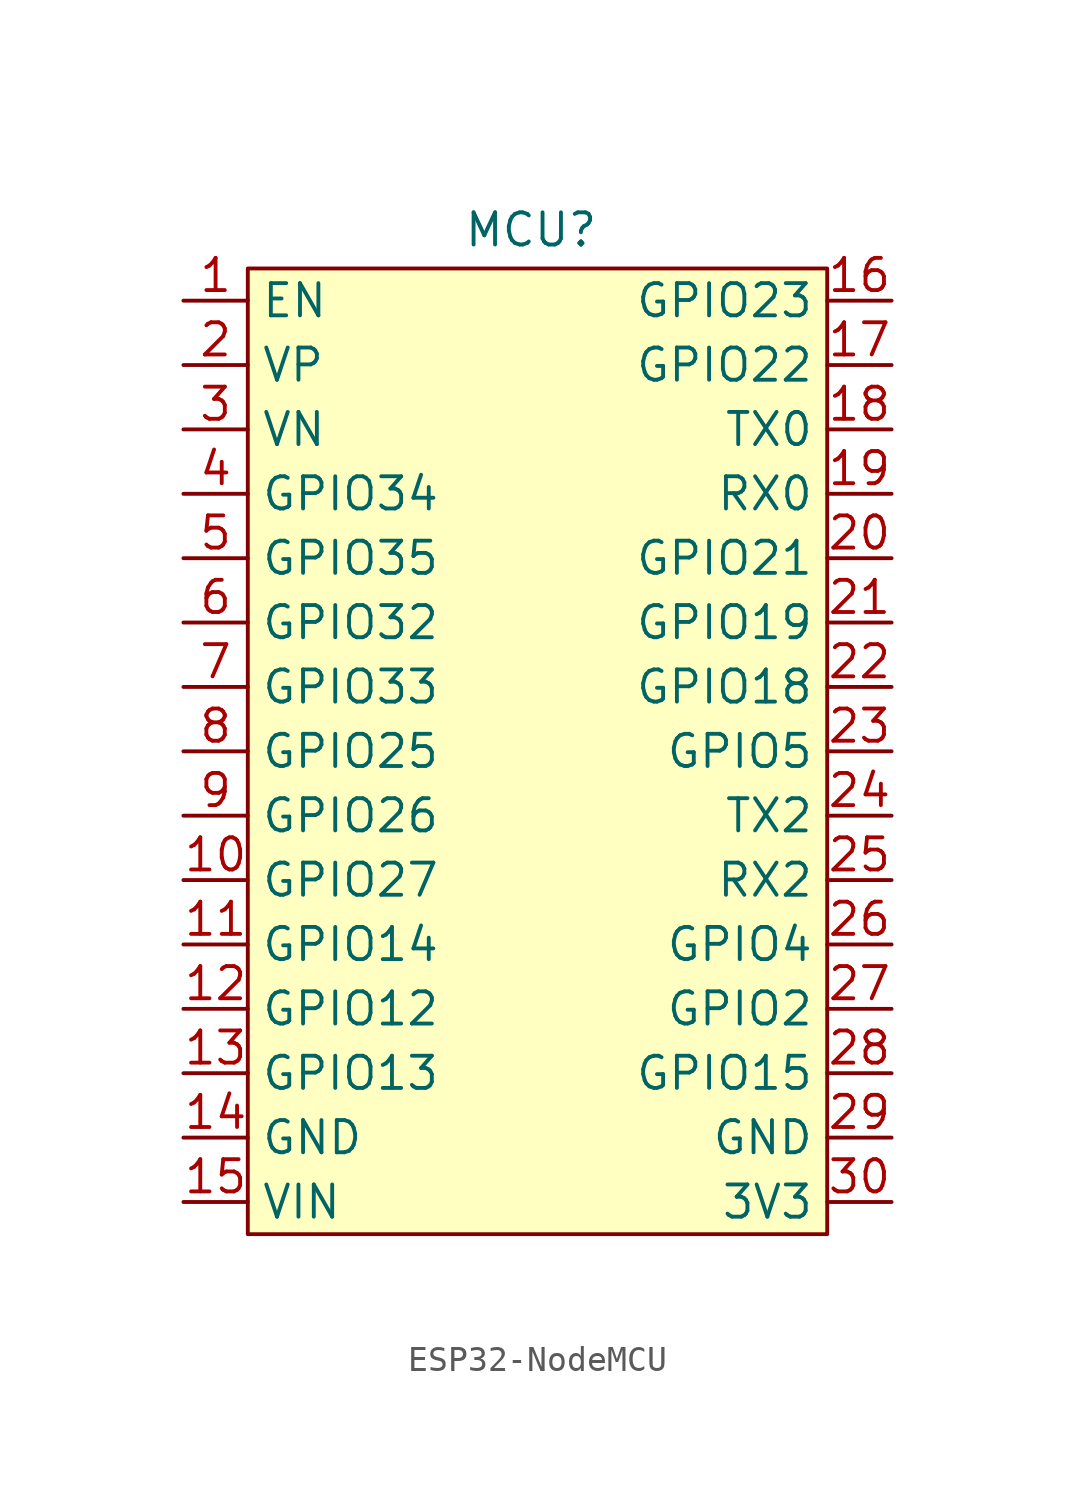
<source format=kicad_sym>
(kicad_symbol_lib
  (version 20231120)
  (generator "kicad_symbol_editor")
  (generator_version "8.0")
  (symbol "ESP32-NodeMCU"
    (property "Reference" "MCU"
      (at -0.254 20.574 0)
      (effects (font (size 1.27 1.27))))
    (property "Value" ""
      (at -1.27 11.43 0)
      (effects (font (size 1.27 1.27))))
    (symbol "ESP32-NodeMCU_0_1"
      (rectangle (start -11.43 19.05) (end 11.43 -19.05) (stroke (width 0) (type default)) (fill (type background))))
    (symbol "ESP32-NodeMCU_1_1"
      (pin bidirectional line (at -13.97 17.78 0) (length 2.54) (name "EN" (effects (font (size 1.27 1.27)))) (number "1" (effects (font (size 1.27 1.27)))))
      (pin bidirectional line (at -13.97 -5.08 0) (length 2.54) (name "GPIO27" (effects (font (size 1.27 1.27)))) (number "10" (effects (font (size 1.27 1.27)))))
      (pin bidirectional line (at -13.97 -7.62 0) (length 2.54) (name "GPIO14" (effects (font (size 1.27 1.27)))) (number "11" (effects (font (size 1.27 1.27)))))
      (pin bidirectional line (at -13.97 -10.16 0) (length 2.54) (name "GPIO12" (effects (font (size 1.27 1.27)))) (number "12" (effects (font (size 1.27 1.27)))))
      (pin bidirectional line (at -13.97 -12.7 0) (length 2.54) (name "GPIO13" (effects (font (size 1.27 1.27)))) (number "13" (effects (font (size 1.27 1.27)))))
      (pin passive line (at -13.97 -15.24 0) (length 2.54) (name "GND" (effects (font (size 1.27 1.27)))) (number "14" (effects (font (size 1.27 1.27)))))
      (pin power_in line (at -13.97 -17.78 0) (length 2.54) (name "VIN" (effects (font (size 1.27 1.27)))) (number "15" (effects (font (size 1.27 1.27)))))
      (pin bidirectional line (at 13.97 17.78 180) (length 2.54) (name "GPIO23" (effects (font (size 1.27 1.27)))) (number "16" (effects (font (size 1.27 1.27)))))
      (pin bidirectional line (at 13.97 15.24 180) (length 2.54) (name "GPIO22" (effects (font (size 1.27 1.27)))) (number "17" (effects (font (size 1.27 1.27)))))
      (pin bidirectional line (at 13.97 12.7 180) (length 2.54) (name "TX0" (effects (font (size 1.27 1.27)))) (number "18" (effects (font (size 1.27 1.27)))))
      (pin bidirectional line (at 13.97 10.16 180) (length 2.54) (name "RX0" (effects (font (size 1.27 1.27)))) (number "19" (effects (font (size 1.27 1.27)))))
      (pin bidirectional line (at -13.97 15.24 0) (length 2.54) (name "VP" (effects (font (size 1.27 1.27)))) (number "2" (effects (font (size 1.27 1.27)))))
      (pin bidirectional line (at 13.97 7.62 180) (length 2.54) (name "GPIO21" (effects (font (size 1.27 1.27)))) (number "20" (effects (font (size 1.27 1.27)))))
      (pin bidirectional line (at 13.97 5.08 180) (length 2.54) (name "GPIO19" (effects (font (size 1.27 1.27)))) (number "21" (effects (font (size 1.27 1.27)))))
      (pin bidirectional line (at 13.97 2.54 180) (length 2.54) (name "GPIO18" (effects (font (size 1.27 1.27)))) (number "22" (effects (font (size 1.27 1.27)))))
      (pin bidirectional line (at 13.97 0 180) (length 2.54) (name "GPIO5" (effects (font (size 1.27 1.27)))) (number "23" (effects (font (size 1.27 1.27)))))
      (pin bidirectional line (at 13.97 -2.54 180) (length 2.54) (name "TX2" (effects (font (size 1.27 1.27)))) (number "24" (effects (font (size 1.27 1.27)))))
      (pin bidirectional line (at 13.97 -5.08 180) (length 2.54) (name "RX2" (effects (font (size 1.27 1.27)))) (number "25" (effects (font (size 1.27 1.27)))))
      (pin bidirectional line (at 13.97 -7.62 180) (length 2.54) (name "GPIO4" (effects (font (size 1.27 1.27)))) (number "26" (effects (font (size 1.27 1.27)))))
      (pin bidirectional line (at 13.97 -10.16 180) (length 2.54) (name "GPIO2" (effects (font (size 1.27 1.27)))) (number "27" (effects (font (size 1.27 1.27)))))
      (pin bidirectional line (at 13.97 -12.7 180) (length 2.54) (name "GPIO15" (effects (font (size 1.27 1.27)))) (number "28" (effects (font (size 1.27 1.27)))))
      (pin passive line (at 13.97 -15.24 180) (length 2.54) (name "GND" (effects (font (size 1.27 1.27)))) (number "29" (effects (font (size 1.27 1.27)))))
      (pin bidirectional line (at -13.97 12.7 0) (length 2.54) (name "VN" (effects (font (size 1.27 1.27)))) (number "3" (effects (font (size 1.27 1.27)))))
      (pin bidirectional line (at 13.97 -17.78 180) (length 2.54) (name "3V3" (effects (font (size 1.27 1.27)))) (number "30" (effects (font (size 1.27 1.27)))))
      (pin bidirectional line (at -13.97 10.16 0) (length 2.54) (name "GPIO34" (effects (font (size 1.27 1.27)))) (number "4" (effects (font (size 1.27 1.27)))))
      (pin bidirectional line (at -13.97 7.62 0) (length 2.54) (name "GPIO35" (effects (font (size 1.27 1.27)))) (number "5" (effects (font (size 1.27 1.27)))))
      (pin bidirectional line (at -13.97 5.08 0) (length 2.54) (name "GPIO32" (effects (font (size 1.27 1.27)))) (number "6" (effects (font (size 1.27 1.27)))))
      (pin bidirectional line (at -13.97 2.54 0) (length 2.54) (name "GPIO33" (effects (font (size 1.27 1.27)))) (number "7" (effects (font (size 1.27 1.27)))))
      (pin bidirectional line (at -13.97 0 0) (length 2.54) (name "GPIO25" (effects (font (size 1.27 1.27)))) (number "8" (effects (font (size 1.27 1.27)))))
      (pin bidirectional line (at -13.97 -2.54 0) (length 2.54) (name "GPIO26" (effects (font (size 1.27 1.27)))) (number "9" (effects (font (size 1.27 1.27))))))))
</source>
